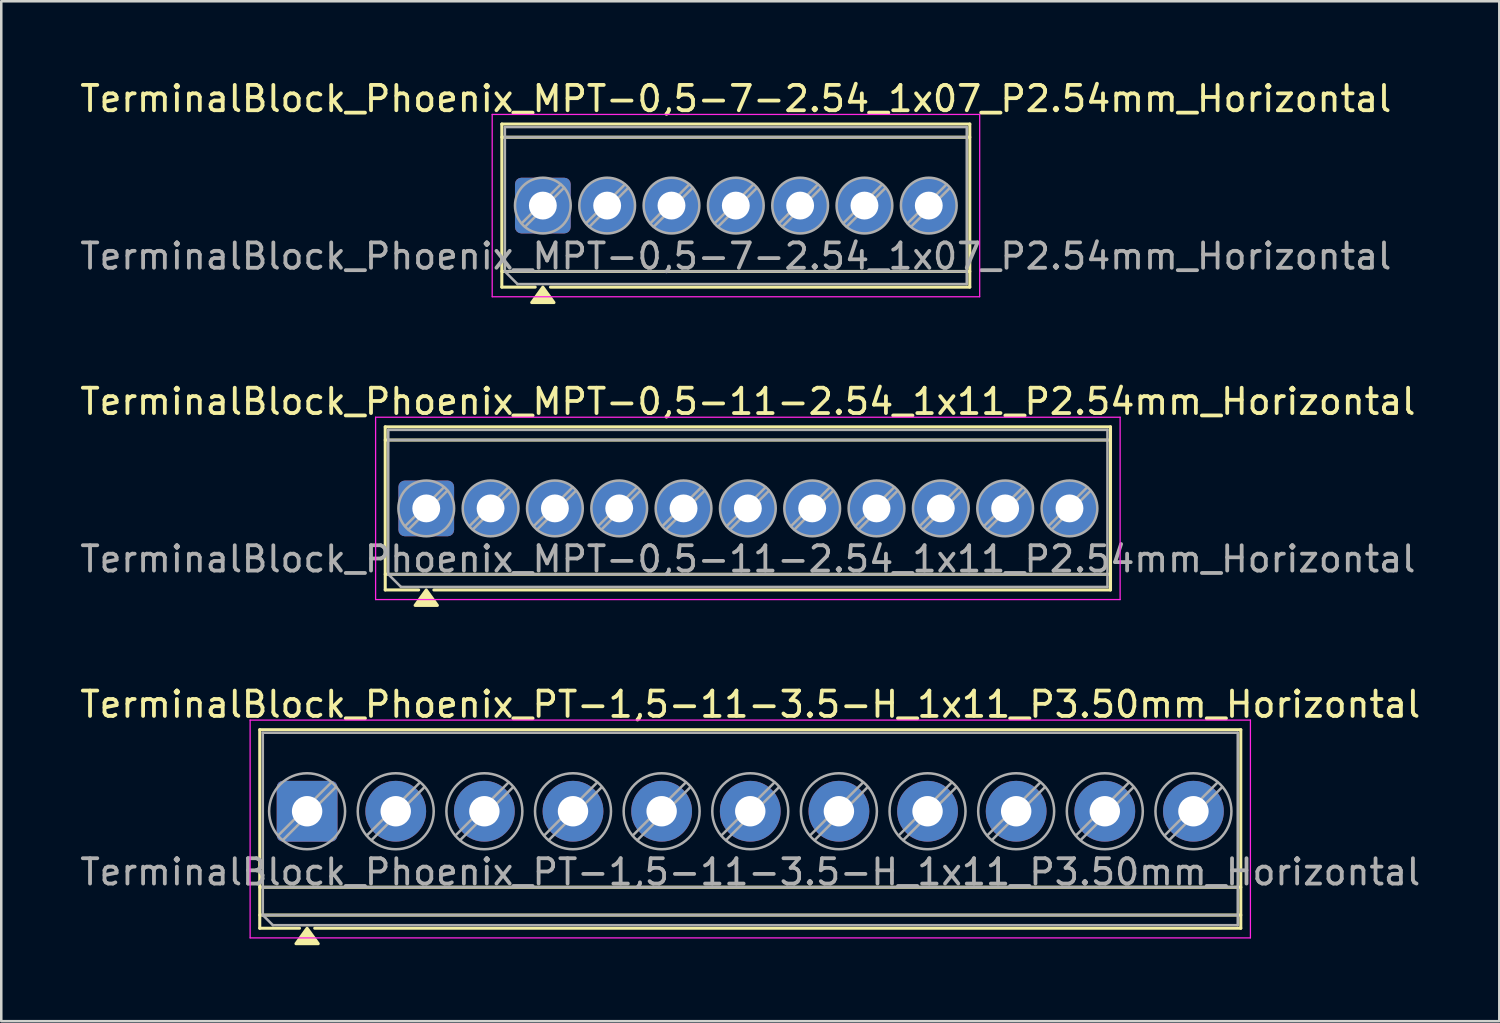
<source format=kicad_pcb>
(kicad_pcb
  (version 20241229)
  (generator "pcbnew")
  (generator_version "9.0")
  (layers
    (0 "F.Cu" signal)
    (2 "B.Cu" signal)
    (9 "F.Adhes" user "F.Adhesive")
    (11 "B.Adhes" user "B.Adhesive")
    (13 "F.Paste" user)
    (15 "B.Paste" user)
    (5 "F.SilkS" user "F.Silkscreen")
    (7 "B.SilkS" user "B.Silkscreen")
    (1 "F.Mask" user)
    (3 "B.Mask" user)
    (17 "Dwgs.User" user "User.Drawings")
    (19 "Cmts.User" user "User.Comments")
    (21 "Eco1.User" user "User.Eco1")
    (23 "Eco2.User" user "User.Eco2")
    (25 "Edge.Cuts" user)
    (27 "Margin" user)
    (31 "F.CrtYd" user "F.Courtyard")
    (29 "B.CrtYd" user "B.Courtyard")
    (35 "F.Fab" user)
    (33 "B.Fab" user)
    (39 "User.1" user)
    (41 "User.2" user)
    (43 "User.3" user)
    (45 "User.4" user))
  (footprint "TerminalBlock_Phoenix_PT-1,5-11-3.5-H_1x11_P3.50mm_Horizontal"
    (layer "F.Cu")
    (at 9.077 28.985)
    (property "Reference" "TerminalBlock_Phoenix_PT-1,5-11-3.5-H_1x11_P3.50mm_Horizontal" (at 17.5 -4.22 0) (layer "F.SilkS") (effects (font (size 1 1) (thickness 0.15))))
    (attr through_hole)
    (fp_line (start -1.87 -3.22) (end -1.87 4.62) (stroke (width 0.12) (type solid)) (layer "F.SilkS"))
    (fp_line (start -1.87 -3.22) (end 36.87 -3.22) (stroke (width 0.12) (type solid)) (layer "F.SilkS"))
    (fp_line (start -1.87 3) (end 36.87 3) (stroke (width 0.12) (type solid)) (layer "F.SilkS"))
    (fp_line (start -1.87 4.1) (end 36.87 4.1) (stroke (width 0.12) (type solid)) (layer "F.SilkS"))
    (fp_line (start -1.87 4.62) (end -0.3 4.62) (stroke (width 0.12) (type solid)) (layer "F.SilkS"))
    (fp_line (start 0.3 4.62) (end 36.87 4.62) (stroke (width 0.12) (type solid)) (layer "F.SilkS"))
    (fp_line (start 36.87 -3.22) (end 36.87 4.62) (stroke (width 0.12) (type solid)) (layer "F.SilkS"))
    (fp_poly (pts (xy 0 4.62) (xy 0.44 5.23) (xy -0.44 5.23)) (stroke (width 0.12) (type solid)) (fill yes) (layer "F.SilkS"))
    (fp_line (start -2.25 -3.6) (end -2.25 5) (stroke (width 0.05) (type solid)) (layer "F.CrtYd"))
    (fp_line (start -2.25 5) (end 37.25 5) (stroke (width 0.05) (type solid)) (layer "F.CrtYd"))
    (fp_line (start 37.25 -3.6) (end -2.25 -3.6) (stroke (width 0.05) (type solid)) (layer "F.CrtYd"))
    (fp_line (start 37.25 5) (end 37.25 -3.6) (stroke (width 0.05) (type solid)) (layer "F.CrtYd"))
    (fp_line (start -1.75 -3.1) (end 36.75 -3.1) (stroke (width 0.1) (type solid)) (layer "F.Fab"))
    (fp_line (start -1.75 3) (end 36.75 3) (stroke (width 0.1) (type solid)) (layer "F.Fab"))
    (fp_line (start -1.75 4.1) (end -1.75 -3.1) (stroke (width 0.1) (type solid)) (layer "F.Fab"))
    (fp_line (start -1.75 4.1) (end 36.75 4.1) (stroke (width 0.1) (type solid)) (layer "F.Fab"))
    (fp_line (start -1.35 4.5) (end -1.75 4.1) (stroke (width 0.1) (type solid)) (layer "F.Fab"))
    (fp_line (start 0.955 -1.138) (end -1.138 0.955) (stroke (width 0.1) (type solid)) (layer "F.Fab"))
    (fp_line (start 1.138 -0.955) (end -0.955 1.138) (stroke (width 0.1) (type solid)) (layer "F.Fab"))
    (fp_line (start 4.455 -1.138) (end 2.362 0.955) (stroke (width 0.1) (type solid)) (layer "F.Fab"))
    (fp_line (start 4.638 -0.955) (end 2.545 1.138) (stroke (width 0.1) (type solid)) (layer "F.Fab"))
    (fp_line (start 7.955 -1.138) (end 5.862 0.955) (stroke (width 0.1) (type solid)) (layer "F.Fab"))
    (fp_line (start 8.138 -0.955) (end 6.045 1.138) (stroke (width 0.1) (type solid)) (layer "F.Fab"))
    (fp_line (start 11.455 -1.138) (end 9.362 0.955) (stroke (width 0.1) (type solid)) (layer "F.Fab"))
    (fp_line (start 11.638 -0.955) (end 9.545 1.138) (stroke (width 0.1) (type solid)) (layer "F.Fab"))
    (fp_line (start 14.955 -1.138) (end 12.862 0.955) (stroke (width 0.1) (type solid)) (layer "F.Fab"))
    (fp_line (start 15.138 -0.955) (end 13.045 1.138) (stroke (width 0.1) (type solid)) (layer "F.Fab"))
    (fp_line (start 18.455 -1.138) (end 16.362 0.955) (stroke (width 0.1) (type solid)) (layer "F.Fab"))
    (fp_line (start 18.638 -0.955) (end 16.545 1.138) (stroke (width 0.1) (type solid)) (layer "F.Fab"))
    (fp_line (start 21.955 -1.138) (end 19.862 0.955) (stroke (width 0.1) (type solid)) (layer "F.Fab"))
    (fp_line (start 22.138 -0.955) (end 20.045 1.138) (stroke (width 0.1) (type solid)) (layer "F.Fab"))
    (fp_line (start 25.455 -1.138) (end 23.362 0.955) (stroke (width 0.1) (type solid)) (layer "F.Fab"))
    (fp_line (start 25.638 -0.955) (end 23.545 1.138) (stroke (width 0.1) (type solid)) (layer "F.Fab"))
    (fp_line (start 28.955 -1.138) (end 26.862 0.955) (stroke (width 0.1) (type solid)) (layer "F.Fab"))
    (fp_line (start 29.138 -0.955) (end 27.045 1.138) (stroke (width 0.1) (type solid)) (layer "F.Fab"))
    (fp_line (start 32.455 -1.138) (end 30.362 0.955) (stroke (width 0.1) (type solid)) (layer "F.Fab"))
    (fp_line (start 32.638 -0.955) (end 30.545 1.138) (stroke (width 0.1) (type solid)) (layer "F.Fab"))
    (fp_line (start 35.955 -1.138) (end 33.862 0.955) (stroke (width 0.1) (type solid)) (layer "F.Fab"))
    (fp_line (start 36.138 -0.955) (end 34.045 1.138) (stroke (width 0.1) (type solid)) (layer "F.Fab"))
    (fp_line (start 36.75 -3.1) (end 36.75 4.5) (stroke (width 0.1) (type solid)) (layer "F.Fab"))
    (fp_line (start 36.75 4.5) (end -1.35 4.5) (stroke (width 0.1) (type solid)) (layer "F.Fab"))
    (fp_circle (center 0 0) (end 1.5 0) (stroke (width 0.1) (type solid)) (fill no) (layer "F.Fab"))
    (fp_circle (center 3.5 0) (end 5 0) (stroke (width 0.1) (type solid)) (fill no) (layer "F.Fab"))
    (fp_circle (center 7 0) (end 8.5 0) (stroke (width 0.1) (type solid)) (fill no) (layer "F.Fab"))
    (fp_circle (center 10.5 0) (end 12 0) (stroke (width 0.1) (type solid)) (fill no) (layer "F.Fab"))
    (fp_circle (center 14 0) (end 15.5 0) (stroke (width 0.1) (type solid)) (fill no) (layer "F.Fab"))
    (fp_circle (center 17.5 0) (end 19 0) (stroke (width 0.1) (type solid)) (fill no) (layer "F.Fab"))
    (fp_circle (center 21 0) (end 22.5 0) (stroke (width 0.1) (type solid)) (fill no) (layer "F.Fab"))
    (fp_circle (center 24.5 0) (end 26 0) (stroke (width 0.1) (type solid)) (fill no) (layer "F.Fab"))
    (fp_circle (center 28 0) (end 29.5 0) (stroke (width 0.1) (type solid)) (fill no) (layer "F.Fab"))
    (fp_circle (center 31.5 0) (end 33 0) (stroke (width 0.1) (type solid)) (fill no) (layer "F.Fab"))
    (fp_circle (center 35 0) (end 36.5 0) (stroke (width 0.1) (type solid)) (fill no) (layer "F.Fab"))
    (fp_text user "${REFERENCE}" (at 17.5 2.4 0) (layer "F.Fab") (effects (font (size 1 1) (thickness 0.15))))
    (pad "1" thru_hole roundrect (at 0 0) (size 2.4 2.4) (drill 1.2) (layers "*.Cu" "*.Mask") (roundrect_rratio 0.104))
    (pad "2" thru_hole circle (at 3.5 0) (size 2.4 2.4) (drill 1.2) (layers "*.Cu" "*.Mask"))
    (pad "3" thru_hole circle (at 7 0) (size 2.4 2.4) (drill 1.2) (layers "*.Cu" "*.Mask"))
    (pad "4" thru_hole circle (at 10.5 0) (size 2.4 2.4) (drill 1.2) (layers "*.Cu" "*.Mask"))
    (pad "5" thru_hole circle (at 14 0) (size 2.4 2.4) (drill 1.2) (layers "*.Cu" "*.Mask"))
    (pad "6" thru_hole circle (at 17.5 0) (size 2.4 2.4) (drill 1.2) (layers "*.Cu" "*.Mask"))
    (pad "7" thru_hole circle (at 21 0) (size 2.4 2.4) (drill 1.2) (layers "*.Cu" "*.Mask"))
    (pad "8" thru_hole circle (at 24.5 0) (size 2.4 2.4) (drill 1.2) (layers "*.Cu" "*.Mask"))
    (pad "9" thru_hole circle (at 28 0) (size 2.4 2.4) (drill 1.2) (layers "*.Cu" "*.Mask"))
    (pad "10" thru_hole circle (at 31.5 0) (size 2.4 2.4) (drill 1.2) (layers "*.Cu" "*.Mask"))
    (pad "11" thru_hole circle (at 35 0) (size 2.4 2.4) (drill 1.2) (layers "*.Cu" "*.Mask")))
  (footprint "TerminalBlock_Phoenix_MPT-0,5-7-2.54_1x07_P2.54mm_Horizontal"
    (layer "F.Cu")
    (at 18.386 5.068)
    (property "Reference" "TerminalBlock_Phoenix_MPT-0,5-7-2.54_1x07_P2.54mm_Horizontal" (at 7.62 -4.22 0) (layer "F.SilkS") (effects (font (size 1 1) (thickness 0.15))))
    (attr through_hole)
    (fp_line (start -1.62 -3.22) (end -1.62 3.22) (stroke (width 0.12) (type solid)) (layer "F.SilkS"))
    (fp_line (start -1.62 -3.22) (end 16.86 -3.22) (stroke (width 0.12) (type solid)) (layer "F.SilkS"))
    (fp_line (start -1.62 -2.7) (end 16.86 -2.7) (stroke (width 0.12) (type solid)) (layer "F.SilkS"))
    (fp_line (start -1.62 2.6) (end 16.86 2.6) (stroke (width 0.12) (type solid)) (layer "F.SilkS"))
    (fp_line (start -1.62 3.22) (end -0.3 3.22) (stroke (width 0.12) (type solid)) (layer "F.SilkS"))
    (fp_line (start 0.3 3.22) (end 16.86 3.22) (stroke (width 0.12) (type solid)) (layer "F.SilkS"))
    (fp_line (start 16.86 -3.22) (end 16.86 3.22) (stroke (width 0.12) (type solid)) (layer "F.SilkS"))
    (fp_poly (pts (xy 0 3.22) (xy 0.44 3.83) (xy -0.44 3.83)) (stroke (width 0.12) (type solid)) (fill yes) (layer "F.SilkS"))
    (fp_line (start -2 -3.6) (end -2 3.6) (stroke (width 0.05) (type solid)) (layer "F.CrtYd"))
    (fp_line (start -2 3.6) (end 17.25 3.6) (stroke (width 0.05) (type solid)) (layer "F.CrtYd"))
    (fp_line (start 17.25 -3.6) (end -2 -3.6) (stroke (width 0.05) (type solid)) (layer "F.CrtYd"))
    (fp_line (start 17.25 3.6) (end 17.25 -3.6) (stroke (width 0.05) (type solid)) (layer "F.CrtYd"))
    (fp_line (start -1.5 -3.1) (end 16.74 -3.1) (stroke (width 0.1) (type solid)) (layer "F.Fab"))
    (fp_line (start -1.5 -2.7) (end 16.74 -2.7) (stroke (width 0.1) (type solid)) (layer "F.Fab"))
    (fp_line (start -1.5 2.6) (end -1.5 -3.1) (stroke (width 0.1) (type solid)) (layer "F.Fab"))
    (fp_line (start -1.5 2.6) (end 16.74 2.6) (stroke (width 0.1) (type solid)) (layer "F.Fab"))
    (fp_line (start -1 3.1) (end -1.5 2.6) (stroke (width 0.1) (type solid)) (layer "F.Fab"))
    (fp_line (start 0.7 -0.834) (end -0.834 0.7) (stroke (width 0.1) (type solid)) (layer "F.Fab"))
    (fp_line (start 0.834 -0.7) (end -0.7 0.834) (stroke (width 0.1) (type solid)) (layer "F.Fab"))
    (fp_line (start 3.24 -0.834) (end 1.706 0.7) (stroke (width 0.1) (type solid)) (layer "F.Fab"))
    (fp_line (start 3.374 -0.7) (end 1.84 0.834) (stroke (width 0.1) (type solid)) (layer "F.Fab"))
    (fp_line (start 5.78 -0.834) (end 4.246 0.7) (stroke (width 0.1) (type solid)) (layer "F.Fab"))
    (fp_line (start 5.914 -0.7) (end 4.38 0.834) (stroke (width 0.1) (type solid)) (layer "F.Fab"))
    (fp_line (start 8.32 -0.834) (end 6.786 0.7) (stroke (width 0.1) (type solid)) (layer "F.Fab"))
    (fp_line (start 8.454 -0.7) (end 6.92 0.834) (stroke (width 0.1) (type solid)) (layer "F.Fab"))
    (fp_line (start 10.86 -0.834) (end 9.326 0.7) (stroke (width 0.1) (type solid)) (layer "F.Fab"))
    (fp_line (start 10.994 -0.7) (end 9.46 0.834) (stroke (width 0.1) (type solid)) (layer "F.Fab"))
    (fp_line (start 13.4 -0.834) (end 11.866 0.7) (stroke (width 0.1) (type solid)) (layer "F.Fab"))
    (fp_line (start 13.534 -0.7) (end 12 0.834) (stroke (width 0.1) (type solid)) (layer "F.Fab"))
    (fp_line (start 15.94 -0.834) (end 14.406 0.7) (stroke (width 0.1) (type solid)) (layer "F.Fab"))
    (fp_line (start 16.074 -0.7) (end 14.54 0.834) (stroke (width 0.1) (type solid)) (layer "F.Fab"))
    (fp_line (start 16.74 -3.1) (end 16.74 3.1) (stroke (width 0.1) (type solid)) (layer "F.Fab"))
    (fp_line (start 16.74 3.1) (end -1 3.1) (stroke (width 0.1) (type solid)) (layer "F.Fab"))
    (fp_circle (center 0 0) (end 1.1 0) (stroke (width 0.1) (type solid)) (fill no) (layer "F.Fab"))
    (fp_circle (center 2.54 0) (end 3.64 0) (stroke (width 0.1) (type solid)) (fill no) (layer "F.Fab"))
    (fp_circle (center 5.08 0) (end 6.18 0) (stroke (width 0.1) (type solid)) (fill no) (layer "F.Fab"))
    (fp_circle (center 7.62 0) (end 8.72 0) (stroke (width 0.1) (type solid)) (fill no) (layer "F.Fab"))
    (fp_circle (center 10.16 0) (end 11.26 0) (stroke (width 0.1) (type solid)) (fill no) (layer "F.Fab"))
    (fp_circle (center 12.7 0) (end 13.8 0) (stroke (width 0.1) (type solid)) (fill no) (layer "F.Fab"))
    (fp_circle (center 15.24 0) (end 16.34 0) (stroke (width 0.1) (type solid)) (fill no) (layer "F.Fab"))
    (fp_text user "${REFERENCE}" (at 7.62 2 0) (layer "F.Fab") (effects (font (size 1 1) (thickness 0.15))))
    (pad "1" thru_hole roundrect (at 0 0) (size 2.2 2.2) (drill 1.1) (layers "*.Cu" "*.Mask") (roundrect_rratio 0.114))
    (pad "2" thru_hole circle (at 2.54 0) (size 2.2 2.2) (drill 1.1) (layers "*.Cu" "*.Mask"))
    (pad "3" thru_hole circle (at 5.08 0) (size 2.2 2.2) (drill 1.1) (layers "*.Cu" "*.Mask"))
    (pad "4" thru_hole circle (at 7.62 0) (size 2.2 2.2) (drill 1.1) (layers "*.Cu" "*.Mask"))
    (pad "5" thru_hole circle (at 10.16 0) (size 2.2 2.2) (drill 1.1) (layers "*.Cu" "*.Mask"))
    (pad "6" thru_hole circle (at 12.7 0) (size 2.2 2.2) (drill 1.1) (layers "*.Cu" "*.Mask"))
    (pad "7" thru_hole circle (at 15.24 0) (size 2.2 2.2) (drill 1.1) (layers "*.Cu" "*.Mask")))
  (footprint "TerminalBlock_Phoenix_MPT-0,5-11-2.54_1x11_P2.54mm_Horizontal"
    (layer "F.Cu")
    (at 13.782 17.026)
    (property "Reference" "TerminalBlock_Phoenix_MPT-0,5-11-2.54_1x11_P2.54mm_Horizontal" (at 12.7 -4.22 0) (layer "F.SilkS") (effects (font (size 1 1) (thickness 0.15))))
    (attr through_hole)
    (fp_line (start -1.62 -3.22) (end -1.62 3.22) (stroke (width 0.12) (type solid)) (layer "F.SilkS"))
    (fp_line (start -1.62 -3.22) (end 27.02 -3.22) (stroke (width 0.12) (type solid)) (layer "F.SilkS"))
    (fp_line (start -1.62 -2.7) (end 27.02 -2.7) (stroke (width 0.12) (type solid)) (layer "F.SilkS"))
    (fp_line (start -1.62 2.6) (end 27.02 2.6) (stroke (width 0.12) (type solid)) (layer "F.SilkS"))
    (fp_line (start -1.62 3.22) (end -0.3 3.22) (stroke (width 0.12) (type solid)) (layer "F.SilkS"))
    (fp_line (start 0.3 3.22) (end 27.02 3.22) (stroke (width 0.12) (type solid)) (layer "F.SilkS"))
    (fp_line (start 27.02 -3.22) (end 27.02 3.22) (stroke (width 0.12) (type solid)) (layer "F.SilkS"))
    (fp_poly (pts (xy 0 3.22) (xy 0.44 3.83) (xy -0.44 3.83)) (stroke (width 0.12) (type solid)) (fill yes) (layer "F.SilkS"))
    (fp_line (start -2 -3.6) (end -2 3.6) (stroke (width 0.05) (type solid)) (layer "F.CrtYd"))
    (fp_line (start -2 3.6) (end 27.4 3.6) (stroke (width 0.05) (type solid)) (layer "F.CrtYd"))
    (fp_line (start 27.4 -3.6) (end -2 -3.6) (stroke (width 0.05) (type solid)) (layer "F.CrtYd"))
    (fp_line (start 27.4 3.6) (end 27.4 -3.6) (stroke (width 0.05) (type solid)) (layer "F.CrtYd"))
    (fp_line (start -1.5 -3.1) (end 26.9 -3.1) (stroke (width 0.1) (type solid)) (layer "F.Fab"))
    (fp_line (start -1.5 -2.7) (end 26.9 -2.7) (stroke (width 0.1) (type solid)) (layer "F.Fab"))
    (fp_line (start -1.5 2.6) (end -1.5 -3.1) (stroke (width 0.1) (type solid)) (layer "F.Fab"))
    (fp_line (start -1.5 2.6) (end 26.9 2.6) (stroke (width 0.1) (type solid)) (layer "F.Fab"))
    (fp_line (start -1 3.1) (end -1.5 2.6) (stroke (width 0.1) (type solid)) (layer "F.Fab"))
    (fp_line (start 0.7 -0.834) (end -0.834 0.7) (stroke (width 0.1) (type solid)) (layer "F.Fab"))
    (fp_line (start 0.834 -0.7) (end -0.7 0.834) (stroke (width 0.1) (type solid)) (layer "F.Fab"))
    (fp_line (start 3.24 -0.834) (end 1.706 0.7) (stroke (width 0.1) (type solid)) (layer "F.Fab"))
    (fp_line (start 3.374 -0.7) (end 1.84 0.834) (stroke (width 0.1) (type solid)) (layer "F.Fab"))
    (fp_line (start 5.78 -0.834) (end 4.246 0.7) (stroke (width 0.1) (type solid)) (layer "F.Fab"))
    (fp_line (start 5.914 -0.7) (end 4.38 0.834) (stroke (width 0.1) (type solid)) (layer "F.Fab"))
    (fp_line (start 8.32 -0.834) (end 6.786 0.7) (stroke (width 0.1) (type solid)) (layer "F.Fab"))
    (fp_line (start 8.454 -0.7) (end 6.92 0.834) (stroke (width 0.1) (type solid)) (layer "F.Fab"))
    (fp_line (start 10.86 -0.834) (end 9.326 0.7) (stroke (width 0.1) (type solid)) (layer "F.Fab"))
    (fp_line (start 10.994 -0.7) (end 9.46 0.834) (stroke (width 0.1) (type solid)) (layer "F.Fab"))
    (fp_line (start 13.4 -0.834) (end 11.866 0.7) (stroke (width 0.1) (type solid)) (layer "F.Fab"))
    (fp_line (start 13.534 -0.7) (end 12 0.834) (stroke (width 0.1) (type solid)) (layer "F.Fab"))
    (fp_line (start 15.94 -0.834) (end 14.406 0.7) (stroke (width 0.1) (type solid)) (layer "F.Fab"))
    (fp_line (start 16.074 -0.7) (end 14.54 0.834) (stroke (width 0.1) (type solid)) (layer "F.Fab"))
    (fp_line (start 18.48 -0.834) (end 16.946 0.7) (stroke (width 0.1) (type solid)) (layer "F.Fab"))
    (fp_line (start 18.614 -0.7) (end 17.08 0.834) (stroke (width 0.1) (type solid)) (layer "F.Fab"))
    (fp_line (start 21.02 -0.834) (end 19.486 0.7) (stroke (width 0.1) (type solid)) (layer "F.Fab"))
    (fp_line (start 21.154 -0.7) (end 19.62 0.834) (stroke (width 0.1) (type solid)) (layer "F.Fab"))
    (fp_line (start 23.56 -0.834) (end 22.026 0.7) (stroke (width 0.1) (type solid)) (layer "F.Fab"))
    (fp_line (start 23.694 -0.7) (end 22.16 0.834) (stroke (width 0.1) (type solid)) (layer "F.Fab"))
    (fp_line (start 26.1 -0.834) (end 24.566 0.7) (stroke (width 0.1) (type solid)) (layer "F.Fab"))
    (fp_line (start 26.234 -0.7) (end 24.7 0.834) (stroke (width 0.1) (type solid)) (layer "F.Fab"))
    (fp_line (start 26.9 -3.1) (end 26.9 3.1) (stroke (width 0.1) (type solid)) (layer "F.Fab"))
    (fp_line (start 26.9 3.1) (end -1 3.1) (stroke (width 0.1) (type solid)) (layer "F.Fab"))
    (fp_circle (center 0 0) (end 1.1 0) (stroke (width 0.1) (type solid)) (fill no) (layer "F.Fab"))
    (fp_circle (center 2.54 0) (end 3.64 0) (stroke (width 0.1) (type solid)) (fill no) (layer "F.Fab"))
    (fp_circle (center 5.08 0) (end 6.18 0) (stroke (width 0.1) (type solid)) (fill no) (layer "F.Fab"))
    (fp_circle (center 7.62 0) (end 8.72 0) (stroke (width 0.1) (type solid)) (fill no) (layer "F.Fab"))
    (fp_circle (center 10.16 0) (end 11.26 0) (stroke (width 0.1) (type solid)) (fill no) (layer "F.Fab"))
    (fp_circle (center 12.7 0) (end 13.8 0) (stroke (width 0.1) (type solid)) (fill no) (layer "F.Fab"))
    (fp_circle (center 15.24 0) (end 16.34 0) (stroke (width 0.1) (type solid)) (fill no) (layer "F.Fab"))
    (fp_circle (center 17.78 0) (end 18.88 0) (stroke (width 0.1) (type solid)) (fill no) (layer "F.Fab"))
    (fp_circle (center 20.32 0) (end 21.42 0) (stroke (width 0.1) (type solid)) (fill no) (layer "F.Fab"))
    (fp_circle (center 22.86 0) (end 23.96 0) (stroke (width 0.1) (type solid)) (fill no) (layer "F.Fab"))
    (fp_circle (center 25.4 0) (end 26.5 0) (stroke (width 0.1) (type solid)) (fill no) (layer "F.Fab"))
    (fp_text user "${REFERENCE}" (at 12.7 2 0) (layer "F.Fab") (effects (font (size 1 1) (thickness 0.15))))
    (pad "1" thru_hole roundrect (at 0 0) (size 2.2 2.2) (drill 1.1) (layers "*.Cu" "*.Mask") (roundrect_rratio 0.114))
    (pad "2" thru_hole circle (at 2.54 0) (size 2.2 2.2) (drill 1.1) (layers "*.Cu" "*.Mask"))
    (pad "3" thru_hole circle (at 5.08 0) (size 2.2 2.2) (drill 1.1) (layers "*.Cu" "*.Mask"))
    (pad "4" thru_hole circle (at 7.62 0) (size 2.2 2.2) (drill 1.1) (layers "*.Cu" "*.Mask"))
    (pad "5" thru_hole circle (at 10.16 0) (size 2.2 2.2) (drill 1.1) (layers "*.Cu" "*.Mask"))
    (pad "6" thru_hole circle (at 12.7 0) (size 2.2 2.2) (drill 1.1) (layers "*.Cu" "*.Mask"))
    (pad "7" thru_hole circle (at 15.24 0) (size 2.2 2.2) (drill 1.1) (layers "*.Cu" "*.Mask"))
    (pad "8" thru_hole circle (at 17.78 0) (size 2.2 2.2) (drill 1.1) (layers "*.Cu" "*.Mask"))
    (pad "9" thru_hole circle (at 20.32 0) (size 2.2 2.2) (drill 1.1) (layers "*.Cu" "*.Mask"))
    (pad "10" thru_hole circle (at 22.86 0) (size 2.2 2.2) (drill 1.1) (layers "*.Cu" "*.Mask"))
    (pad "11" thru_hole circle (at 25.4 0) (size 2.2 2.2) (drill 1.1) (layers "*.Cu" "*.Mask")))
  (gr_rect
    (start -3 -3)
    (end 56.155 37.275)
    (stroke (width 0.1) (type default))
    (fill no)
    (layer "Edge.Cuts")))
</source>
